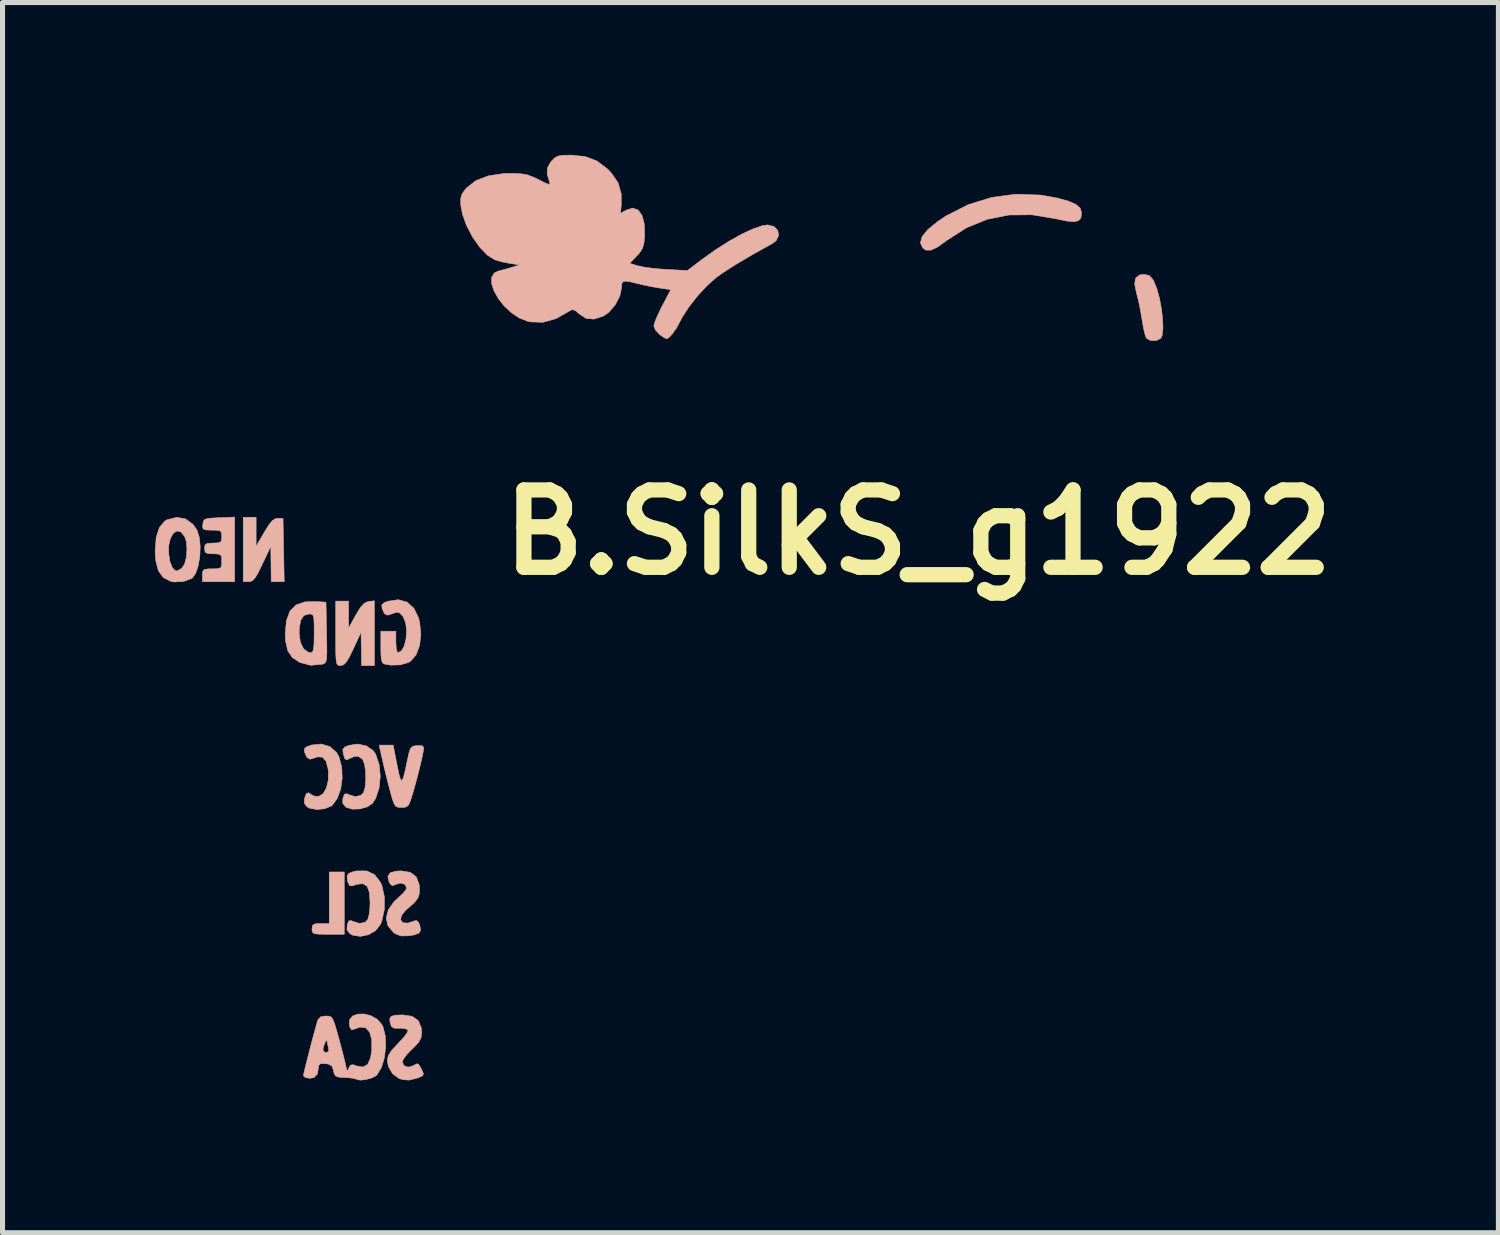
<source format=kicad_pcb>
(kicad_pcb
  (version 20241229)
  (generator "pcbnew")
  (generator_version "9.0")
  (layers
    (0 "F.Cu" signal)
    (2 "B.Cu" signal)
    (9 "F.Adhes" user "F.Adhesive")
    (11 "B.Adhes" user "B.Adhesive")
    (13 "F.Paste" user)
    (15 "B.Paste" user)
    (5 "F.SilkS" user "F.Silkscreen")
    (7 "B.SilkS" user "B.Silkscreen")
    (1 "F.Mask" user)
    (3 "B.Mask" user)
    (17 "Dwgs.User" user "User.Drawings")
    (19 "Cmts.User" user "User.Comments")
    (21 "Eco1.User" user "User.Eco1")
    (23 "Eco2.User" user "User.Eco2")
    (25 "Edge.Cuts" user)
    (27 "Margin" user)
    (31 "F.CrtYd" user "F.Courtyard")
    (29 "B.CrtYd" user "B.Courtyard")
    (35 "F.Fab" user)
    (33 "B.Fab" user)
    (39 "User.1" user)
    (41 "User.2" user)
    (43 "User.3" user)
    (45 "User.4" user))
  (footprint "B.SilkS_g1922"
    (layer "F.Cu")
    (at 15.033 7.433)
    (property "Reference" "B.SilkS_g1922" (at 0 0 0) (layer "F.SilkS") (effects (font (size 1.524 1.524) (thickness 0.3))))
    (attr through_hole)
    (fp_poly (pts (xy -11.303 7.916) (xy -11.62 7.916) (xy -11.782 7.915) (xy -11.877 7.907) (xy -11.922 7.887) (xy -11.937 7.848) (xy -11.938 7.811) (xy -11.929 7.742) (xy -11.885 7.712) (xy -11.783 7.705) (xy -11.769 7.705) (xy -11.599 7.705) (xy -11.599 6.689) (xy -11.303 6.689) (xy -11.303 7.916)) (stroke (width 0.01) (type solid)) (fill yes) (layer "B.SilkS"))
    (fp_poly (pts (xy -13.039 0.275) (xy -12.879 -0.000189) (xy -12.787 -0.148) (xy -12.717 -0.233) (xy -12.655 -0.27) (xy -12.614 -0.275) (xy -12.509 -0.275) (xy -12.486 0.974) (xy -12.742 0.974) (xy -12.75 0.275) (xy -12.915 0.624) (xy -12.997 0.793) (xy -13.059 0.897) (xy -13.11 0.952) (xy -13.162 0.972) (xy -13.186 0.974) (xy -13.293 0.974) (xy -13.293 -0.296) (xy -13.039 -0.296) (xy -13.039 0.275)) (stroke (width 0.01) (type solid)) (fill yes) (layer "B.SilkS"))
    (fp_poly (pts (xy 4.548 -5.059) (xy 4.62 -4.981) (xy 4.637 -4.949) (xy 4.7 -4.795) (xy 4.752 -4.605) (xy 4.791 -4.398) (xy 4.814 -4.195) (xy 4.82 -4.016) (xy 4.805 -3.882) (xy 4.775 -3.818) (xy 4.683 -3.774) (xy 4.574 -3.777) (xy 4.496 -3.821) (xy 4.469 -3.886) (xy 4.438 -4.011) (xy 4.41 -4.169) (xy 4.407 -4.191) (xy 4.375 -4.382) (xy 4.335 -4.572) (xy 4.298 -4.714) (xy 4.262 -4.891) (xy 4.282 -5.008) (xy 4.361 -5.069) (xy 4.445 -5.08) (xy 4.548 -5.059)) (stroke (width 0.01) (type solid)) (fill yes) (layer "B.SilkS"))
    (fp_poly (pts (xy -10.71 2.625) (xy -10.964 2.625) (xy -10.968 2.297) (xy -10.973 1.968) (xy -11.126 2.297) (xy -11.206 2.462) (xy -11.268 2.562) (xy -11.321 2.611) (xy -11.375 2.625) (xy -11.413 2.622) (xy -11.439 2.607) (xy -11.456 2.567) (xy -11.466 2.488) (xy -11.471 2.359) (xy -11.472 2.167) (xy -11.472 1.99) (xy -11.472 1.355) (xy -11.218 1.355) (xy -11.218 1.619) (xy -11.217 1.884) (xy -11.076 1.63) (xy -10.988 1.484) (xy -10.916 1.402) (xy -10.844 1.366) (xy -10.823 1.362) (xy -10.71 1.349) (xy -10.71 2.625)) (stroke (width 0.01) (type solid)) (fill yes) (layer "B.SilkS"))
    (fp_poly (pts (xy 2.407 -6.642) (xy 2.73 -6.585) (xy 2.956 -6.523) (xy 3.106 -6.458) (xy 3.19 -6.383) (xy 3.217 -6.295) (xy 3.217 -6.291) (xy 3.204 -6.193) (xy 3.155 -6.135) (xy 3.061 -6.116) (xy 2.909 -6.132) (xy 2.716 -6.174) (xy 2.241 -6.253) (xy 1.788 -6.249) (xy 1.358 -6.164) (xy 0.949 -5.997) (xy 0.563 -5.749) (xy 0.543 -5.734) (xy 0.375 -5.614) (xy 0.249 -5.556) (xy 0.154 -5.557) (xy 0.093 -5.596) (xy 0.043 -5.698) (xy 0.074 -5.819) (xy 0.185 -5.958) (xy 0.375 -6.115) (xy 0.55 -6.232) (xy 0.983 -6.452) (xy 1.444 -6.595) (xy 1.922 -6.659) (xy 2.407 -6.642)) (stroke (width 0.01) (type solid)) (fill yes) (layer "B.SilkS"))
    (fp_poly (pts (xy -10.264 4.58) (xy -10.227 4.758) (xy -10.197 4.862) (xy -10.17 4.889) (xy -10.141 4.838) (xy -10.107 4.707) (xy -10.063 4.498) (xy -10.03 4.347) (xy -10.001 4.26) (xy -9.962 4.218) (xy -9.901 4.202) (xy -9.871 4.199) (xy -9.767 4.204) (xy -9.737 4.241) (xy -9.749 4.323) (xy -9.778 4.466) (xy -9.822 4.649) (xy -9.873 4.851) (xy -9.928 5.052) (xy -9.952 5.133) (xy -9.998 5.282) (xy -10.035 5.368) (xy -10.078 5.407) (xy -10.138 5.418) (xy -10.174 5.419) (xy -10.247 5.415) (xy -10.295 5.39) (xy -10.331 5.328) (xy -10.369 5.209) (xy -10.39 5.133) (xy -10.441 4.939) (xy -10.497 4.714) (xy -10.543 4.519) (xy -10.617 4.191) (xy -10.34 4.191) (xy -10.264 4.58)) (stroke (width 0.01) (type solid)) (fill yes) (layer "B.SilkS"))
    (fp_poly (pts (xy -11.587 4.22) (xy -11.456 4.335) (xy -11.407 4.421) (xy -11.354 4.621) (xy -11.344 4.839) (xy -11.373 5.052) (xy -11.439 5.238) (xy -11.536 5.372) (xy -11.562 5.392) (xy -11.69 5.444) (xy -11.845 5.459) (xy -11.986 5.434) (xy -12.039 5.406) (xy -12.091 5.335) (xy -12.085 5.237) (xy -12.049 5.144) (xy -12.002 5.129) (xy -11.951 5.168) (xy -11.877 5.199) (xy -11.805 5.2) (xy -11.72 5.148) (xy -11.655 5.034) (xy -11.617 4.879) (xy -11.616 4.703) (xy -11.62 4.671) (xy -11.661 4.511) (xy -11.73 4.429) (xy -11.829 4.422) (xy -11.882 4.441) (xy -11.979 4.469) (xy -12.04 4.433) (xy -12.084 4.331) (xy -12.09 4.267) (xy -12.049 4.226) (xy -11.949 4.189) (xy -11.758 4.169) (xy -11.587 4.22)) (stroke (width 0.01) (type solid)) (fill yes) (layer "B.SilkS"))
    (fp_poly (pts (xy -10.859 6.669) (xy -10.705 6.743) (xy -10.591 6.892) (xy -10.56 6.963) (xy -10.512 7.182) (xy -10.514 7.428) (xy -10.564 7.659) (xy -10.588 7.718) (xy -10.684 7.842) (xy -10.826 7.925) (xy -10.986 7.958) (xy -11.137 7.934) (xy -11.195 7.902) (xy -11.25 7.829) (xy -11.245 7.731) (xy -11.215 7.654) (xy -11.169 7.646) (xy -11.135 7.661) (xy -11.002 7.702) (xy -10.892 7.679) (xy -10.839 7.623) (xy -10.815 7.537) (xy -10.799 7.401) (xy -10.795 7.287) (xy -10.809 7.091) (xy -10.853 6.971) (xy -10.935 6.92) (xy -11.059 6.933) (xy -11.139 6.962) (xy -11.198 6.96) (xy -11.234 6.885) (xy -11.236 6.88) (xy -11.249 6.777) (xy -11.216 6.717) (xy -11.12 6.681) (xy -11.053 6.668) (xy -10.859 6.669)) (stroke (width 0.01) (type solid)) (fill yes) (layer "B.SilkS"))
    (fp_poly (pts (xy -10.871 4.205) (xy -10.738 4.294) (xy -10.687 4.364) (xy -10.617 4.569) (xy -10.594 4.802) (xy -10.617 5.034) (xy -10.683 5.237) (xy -10.744 5.334) (xy -10.847 5.406) (xy -10.992 5.447) (xy -11.144 5.452) (xy -11.265 5.416) (xy -11.277 5.407) (xy -11.335 5.333) (xy -11.329 5.234) (xy -11.3 5.157) (xy -11.253 5.148) (xy -11.22 5.164) (xy -11.087 5.205) (xy -10.977 5.181) (xy -10.923 5.125) (xy -10.892 5.018) (xy -10.879 4.87) (xy -10.883 4.71) (xy -10.904 4.569) (xy -10.939 4.477) (xy -10.946 4.469) (xy -11.026 4.411) (xy -11.111 4.416) (xy -11.182 4.448) (xy -11.253 4.48) (xy -11.29 4.462) (xy -11.317 4.381) (xy -11.324 4.355) (xy -11.332 4.275) (xy -11.292 4.228) (xy -11.215 4.196) (xy -11.039 4.17) (xy -10.871 4.205)) (stroke (width 0.01) (type solid)) (fill yes) (layer "B.SilkS"))
    (fp_poly (pts (xy -10.069 1.374) (xy -9.934 1.493) (xy -9.841 1.681) (xy -9.82 1.763) (xy -9.795 2.005) (xy -9.819 2.226) (xy -9.887 2.409) (xy -9.995 2.537) (xy -10.037 2.563) (xy -10.197 2.61) (xy -10.388 2.616) (xy -10.509 2.595) (xy -10.548 2.572) (xy -10.571 2.516) (xy -10.581 2.409) (xy -10.583 2.262) (xy -10.583 1.947) (xy -10.287 1.947) (xy -10.287 2.159) (xy -10.28 2.28) (xy -10.261 2.356) (xy -10.247 2.371) (xy -10.175 2.333) (xy -10.12 2.234) (xy -10.087 2.096) (xy -10.076 1.941) (xy -10.093 1.792) (xy -10.138 1.671) (xy -10.155 1.647) (xy -10.221 1.581) (xy -10.286 1.576) (xy -10.352 1.602) (xy -10.453 1.632) (xy -10.515 1.599) (xy -10.559 1.496) (xy -10.564 1.43) (xy -10.517 1.386) (xy -10.441 1.357) (xy -10.241 1.327) (xy -10.069 1.374)) (stroke (width 0.01) (type solid)) (fill yes) (layer "B.SilkS"))
    (fp_poly (pts (xy -13.462 0.974) (xy -14.097 0.974) (xy -14.097 0.847) (xy -14.091 0.769) (xy -14.06 0.732) (xy -13.978 0.72) (xy -13.906 0.72) (xy -13.789 0.717) (xy -13.734 0.695) (xy -13.717 0.637) (xy -13.716 0.572) (xy -13.721 0.477) (xy -13.753 0.434) (xy -13.835 0.424) (xy -13.885 0.423) (xy -13.994 0.418) (xy -14.043 0.39) (xy -14.055 0.327) (xy -14.055 0.318) (xy -14.045 0.249) (xy -14.002 0.219) (xy -13.9 0.212) (xy -13.885 0.212) (xy -13.777 0.207) (xy -13.728 0.179) (xy -13.716 0.112) (xy -13.716 0.085) (xy -13.721 0.007) (xy -13.753 -0.03) (xy -13.833 -0.042) (xy -13.909 -0.042) (xy -14.027 -0.046) (xy -14.081 -0.065) (xy -14.093 -0.113) (xy -14.089 -0.159) (xy -14.078 -0.219) (xy -14.05 -0.255) (xy -13.986 -0.274) (xy -13.866 -0.283) (xy -13.769 -0.288) (xy -13.462 -0.3) (xy -13.462 0.974)) (stroke (width 0.01) (type solid)) (fill yes) (layer "B.SilkS"))
    (fp_poly (pts (xy -14.425 -0.262) (xy -14.278 -0.153) (xy -14.203 -0.042) (xy -14.158 0.1) (xy -14.14 0.28) (xy -14.148 0.473) (xy -14.179 0.657) (xy -14.229 0.808) (xy -14.297 0.902) (xy -14.306 0.908) (xy -14.47 0.969) (xy -14.655 0.978) (xy -14.723 0.965) (xy -14.868 0.89) (xy -14.966 0.753) (xy -15.018 0.549) (xy -15.026 0.41) (xy -14.762 0.41) (xy -14.736 0.577) (xy -14.688 0.699) (xy -14.626 0.759) (xy -14.608 0.762) (xy -14.554 0.74) (xy -14.501 0.705) (xy -14.447 0.623) (xy -14.413 0.488) (xy -14.401 0.33) (xy -14.414 0.18) (xy -14.446 0.085) (xy -14.521 -0.008) (xy -14.599 -0.026) (xy -14.671 0.02) (xy -14.728 0.121) (xy -14.761 0.267) (xy -14.762 0.41) (xy -15.026 0.41) (xy -15.028 0.366) (xy -15.007 0.1) (xy -14.943 -0.097) (xy -14.837 -0.222) (xy -14.791 -0.248) (xy -14.6 -0.295) (xy -14.425 -0.262)) (stroke (width 0.01) (type solid)) (fill yes) (layer "B.SilkS"))
    (fp_poly (pts (xy -11.663 1.376) (xy -11.651 1.974) (xy -11.647 2.209) (xy -11.646 2.374) (xy -11.651 2.481) (xy -11.664 2.544) (xy -11.685 2.577) (xy -11.718 2.593) (xy -11.736 2.598) (xy -11.967 2.619) (xy -12.178 2.563) (xy -12.324 2.469) (xy -12.416 2.332) (xy -12.46 2.139) (xy -12.466 1.992) (xy -12.465 1.987) (xy -12.192 1.987) (xy -12.168 2.164) (xy -12.104 2.295) (xy -12.007 2.364) (xy -11.959 2.371) (xy -11.928 2.356) (xy -11.909 2.302) (xy -11.899 2.194) (xy -11.896 2.017) (xy -11.896 1.99) (xy -11.897 1.809) (xy -11.902 1.697) (xy -11.917 1.637) (xy -11.945 1.613) (xy -11.992 1.609) (xy -12 1.609) (xy -12.099 1.638) (xy -12.161 1.731) (xy -12.189 1.893) (xy -12.192 1.987) (xy -12.465 1.987) (xy -12.442 1.737) (xy -12.373 1.551) (xy -12.253 1.43) (xy -12.078 1.37) (xy -11.87 1.363) (xy -11.663 1.376)) (stroke (width 0.01) (type solid)) (fill yes) (layer "B.SilkS"))
    (fp_poly (pts (xy -10 6.697) (xy -9.885 6.786) (xy -9.828 6.936) (xy -9.821 7.032) (xy -9.828 7.129) (xy -9.855 7.207) (xy -9.918 7.287) (xy -10.03 7.389) (xy -10.089 7.44) (xy -10.177 7.543) (xy -10.194 7.632) (xy -10.149 7.688) (xy -10.051 7.696) (xy -9.966 7.668) (xy -9.887 7.643) (xy -9.843 7.676) (xy -9.819 7.733) (xy -9.798 7.831) (xy -9.832 7.893) (xy -9.933 7.93) (xy -10.04 7.946) (xy -10.184 7.949) (xy -10.29 7.91) (xy -10.335 7.879) (xy -10.444 7.748) (xy -10.477 7.595) (xy -10.435 7.432) (xy -10.321 7.271) (xy -10.242 7.2) (xy -10.146 7.111) (xy -10.086 7.033) (xy -10.075 7.003) (xy -10.109 6.934) (xy -10.19 6.908) (xy -10.287 6.933) (xy -10.293 6.937) (xy -10.356 6.961) (xy -10.4 6.923) (xy -10.422 6.879) (xy -10.445 6.774) (xy -10.399 6.706) (xy -10.279 6.672) (xy -10.175 6.668) (xy -10 6.697)) (stroke (width 0.01) (type solid)) (fill yes) (layer "B.SilkS"))
    (fp_poly (pts (xy -9.968 9.531) (xy -9.847 9.615) (xy -9.787 9.756) (xy -9.779 9.854) (xy -9.791 9.953) (xy -9.837 10.041) (xy -9.932 10.144) (xy -9.97 10.179) (xy -10.071 10.284) (xy -10.14 10.377) (xy -10.16 10.428) (xy -10.127 10.504) (xy -10.046 10.533) (xy -9.945 10.506) (xy -9.939 10.502) (xy -9.876 10.467) (xy -9.839 10.476) (xy -9.799 10.543) (xy -9.785 10.57) (xy -9.746 10.654) (xy -9.755 10.699) (xy -9.826 10.733) (xy -9.87 10.749) (xy -10.024 10.788) (xy -10.152 10.779) (xy -10.23 10.753) (xy -10.352 10.662) (xy -10.434 10.522) (xy -10.456 10.399) (xy -10.437 10.307) (xy -10.37 10.202) (xy -10.245 10.067) (xy -10.243 10.065) (xy -10.139 9.955) (xy -10.069 9.863) (xy -10.046 9.808) (xy -10.046 9.806) (xy -10.096 9.777) (xy -10.196 9.766) (xy -10.217 9.767) (xy -10.323 9.765) (xy -10.375 9.73) (xy -10.397 9.67) (xy -10.409 9.582) (xy -10.379 9.531) (xy -10.293 9.509) (xy -10.153 9.504) (xy -9.968 9.531)) (stroke (width 0.01) (type solid)) (fill yes) (layer "B.SilkS"))
    (fp_poly (pts (xy -10.779 9.519) (xy -10.658 9.587) (xy -10.566 9.688) (xy -10.542 9.734) (xy -10.495 9.918) (xy -10.487 10.13) (xy -10.512 10.344) (xy -10.569 10.534) (xy -10.653 10.676) (xy -10.683 10.705) (xy -10.765 10.747) (xy -10.878 10.777) (xy -10.986 10.789) (xy -11.055 10.775) (xy -11.057 10.773) (xy -11.113 10.755) (xy -11.223 10.741) (xy -11.29 10.738) (xy -11.413 10.73) (xy -11.476 10.706) (xy -11.505 10.652) (xy -11.514 10.604) (xy -11.544 10.513) (xy -11.611 10.474) (xy -11.674 10.464) (xy -11.77 10.464) (xy -11.807 10.498) (xy -11.811 10.535) (xy -11.832 10.669) (xy -11.898 10.738) (xy -11.985 10.753) (xy -12.074 10.737) (xy -12.107 10.7) (xy -12.097 10.644) (xy -12.069 10.526) (xy -12.028 10.363) (xy -11.984 10.192) (xy -11.723 10.192) (xy -11.692 10.238) (xy -11.658 10.245) (xy -11.61 10.222) (xy -11.615 10.149) (xy -11.637 10.056) (xy -11.644 10.012) (xy -11.658 10.008) (xy -11.684 10.056) (xy -11.71 10.127) (xy -11.723 10.192) (xy -11.984 10.192) (xy -11.98 10.175) (xy -11.929 9.98) (xy -11.879 9.797) (xy -11.837 9.645) (xy -11.823 9.599) (xy -11.766 9.54) (xy -11.667 9.525) (xy -11.606 9.528) (xy -11.562 9.545) (xy -11.527 9.593) (xy -11.491 9.685) (xy -11.446 9.837) (xy -11.418 9.938) (xy -11.366 10.131) (xy -11.32 10.309) (xy -11.286 10.447) (xy -11.276 10.496) (xy -11.255 10.586) (xy -11.237 10.6) (xy -11.214 10.551) (xy -11.182 10.493) (xy -11.129 10.485) (xy -11.052 10.511) (xy -10.929 10.53) (xy -10.842 10.478) (xy -10.786 10.352) (xy -10.763 10.206) (xy -10.762 9.995) (xy -10.803 9.844) (xy -10.882 9.758) (xy -10.995 9.744) (xy -11.093 9.78) (xy -11.155 9.799) (xy -11.189 9.755) (xy -11.202 9.71) (xy -11.2 9.599) (xy -11.139 9.525) (xy -11.037 9.488) (xy -10.911 9.486) (xy -10.779 9.519)) (stroke (width 0.01) (type solid)) (fill yes) (layer "B.SilkS"))
    (fp_poly (pts (xy -6.83 -7.428) (xy -6.556 -7.4) (xy -6.327 -7.313) (xy -6.121 -7.157) (xy -6.043 -7.075) (xy -5.91 -6.882) (xy -5.849 -6.665) (xy -5.848 -6.443) (xy -5.864 -6.281) (xy -5.748 -6.347) (xy -5.621 -6.385) (xy -5.516 -6.347) (xy -5.439 -6.24) (xy -5.394 -6.072) (xy -5.387 -5.853) (xy -5.401 -5.696) (xy -5.431 -5.59) (xy -5.488 -5.502) (xy -5.542 -5.444) (xy -5.683 -5.298) (xy -5.519 -5.248) (xy -5.403 -5.223) (xy -5.231 -5.2) (xy -5.035 -5.182) (xy -4.951 -5.177) (xy -4.546 -5.155) (xy -4.264 -5.369) (xy -3.993 -5.563) (xy -3.724 -5.734) (xy -3.471 -5.875) (xy -3.246 -5.979) (xy -3.063 -6.041) (xy -2.967 -6.054) (xy -2.84 -6.023) (xy -2.766 -5.945) (xy -2.749 -5.845) (xy -2.798 -5.744) (xy -2.868 -5.69) (xy -3.27 -5.465) (xy -3.597 -5.272) (xy -3.849 -5.11) (xy -3.986 -5.011) (xy -4.165 -4.852) (xy -4.349 -4.652) (xy -4.518 -4.436) (xy -4.65 -4.231) (xy -4.692 -4.149) (xy -4.759 -4.025) (xy -4.838 -3.912) (xy -4.911 -3.833) (xy -4.955 -3.81) (xy -5.005 -3.834) (xy -5.088 -3.892) (xy -5.095 -3.898) (xy -5.173 -3.981) (xy -5.207 -4.062) (xy -5.207 -4.065) (xy -5.188 -4.138) (xy -5.137 -4.262) (xy -5.065 -4.413) (xy -5.04 -4.462) (xy -4.873 -4.779) (xy -5.072 -4.807) (xy -5.232 -4.834) (xy -5.419 -4.872) (xy -5.509 -4.894) (xy -5.673 -4.933) (xy -5.772 -4.946) (xy -5.822 -4.931) (xy -5.84 -4.883) (xy -5.842 -4.819) (xy -5.876 -4.654) (xy -5.965 -4.483) (xy -6.087 -4.337) (xy -6.196 -4.26) (xy -6.383 -4.199) (xy -6.539 -4.211) (xy -6.673 -4.299) (xy -6.677 -4.302) (xy -6.761 -4.373) (xy -6.822 -4.384) (xy -6.855 -4.366) (xy -7.127 -4.21) (xy -7.389 -4.136) (xy -7.644 -4.144) (xy -7.687 -4.154) (xy -7.856 -4.221) (xy -8.015 -4.327) (xy -8.156 -4.459) (xy -8.272 -4.607) (xy -8.356 -4.758) (xy -8.401 -4.899) (xy -8.401 -5.02) (xy -8.348 -5.108) (xy -8.265 -5.147) (xy -8.142 -5.178) (xy -8.005 -5.218) (xy -8.001 -5.219) (xy -7.853 -5.266) (xy -8.043 -5.296) (xy -8.187 -5.324) (xy -8.313 -5.358) (xy -8.341 -5.368) (xy -8.488 -5.461) (xy -8.638 -5.618) (xy -8.778 -5.818) (xy -8.895 -6.041) (xy -8.976 -6.267) (xy -9.007 -6.429) (xy -9.012 -6.564) (xy -8.987 -6.659) (xy -8.918 -6.756) (xy -8.896 -6.781) (xy -8.715 -6.924) (xy -8.467 -7.02) (xy -8.158 -7.066) (xy -8.022 -7.07) (xy -7.836 -7.063) (xy -7.695 -7.039) (xy -7.558 -6.986) (xy -7.472 -6.943) (xy -7.342 -6.878) (xy -7.273 -6.853) (xy -7.253 -6.866) (xy -7.259 -6.89) (xy -7.307 -7.054) (xy -7.302 -7.177) (xy -7.241 -7.288) (xy -7.225 -7.306) (xy -7.162 -7.372) (xy -7.096 -7.409) (xy -7.001 -7.425) (xy -6.852 -7.428) (xy -6.83 -7.428)) (stroke (width 0.01) (type solid)) (fill yes) (layer "B.SilkS")))
  (gr_rect
    (start -3 -3)
    (end 26.459 21.227)
    (stroke (width 0.1) (type default))
    (fill no)
    (layer "Edge.Cuts")))
</source>
